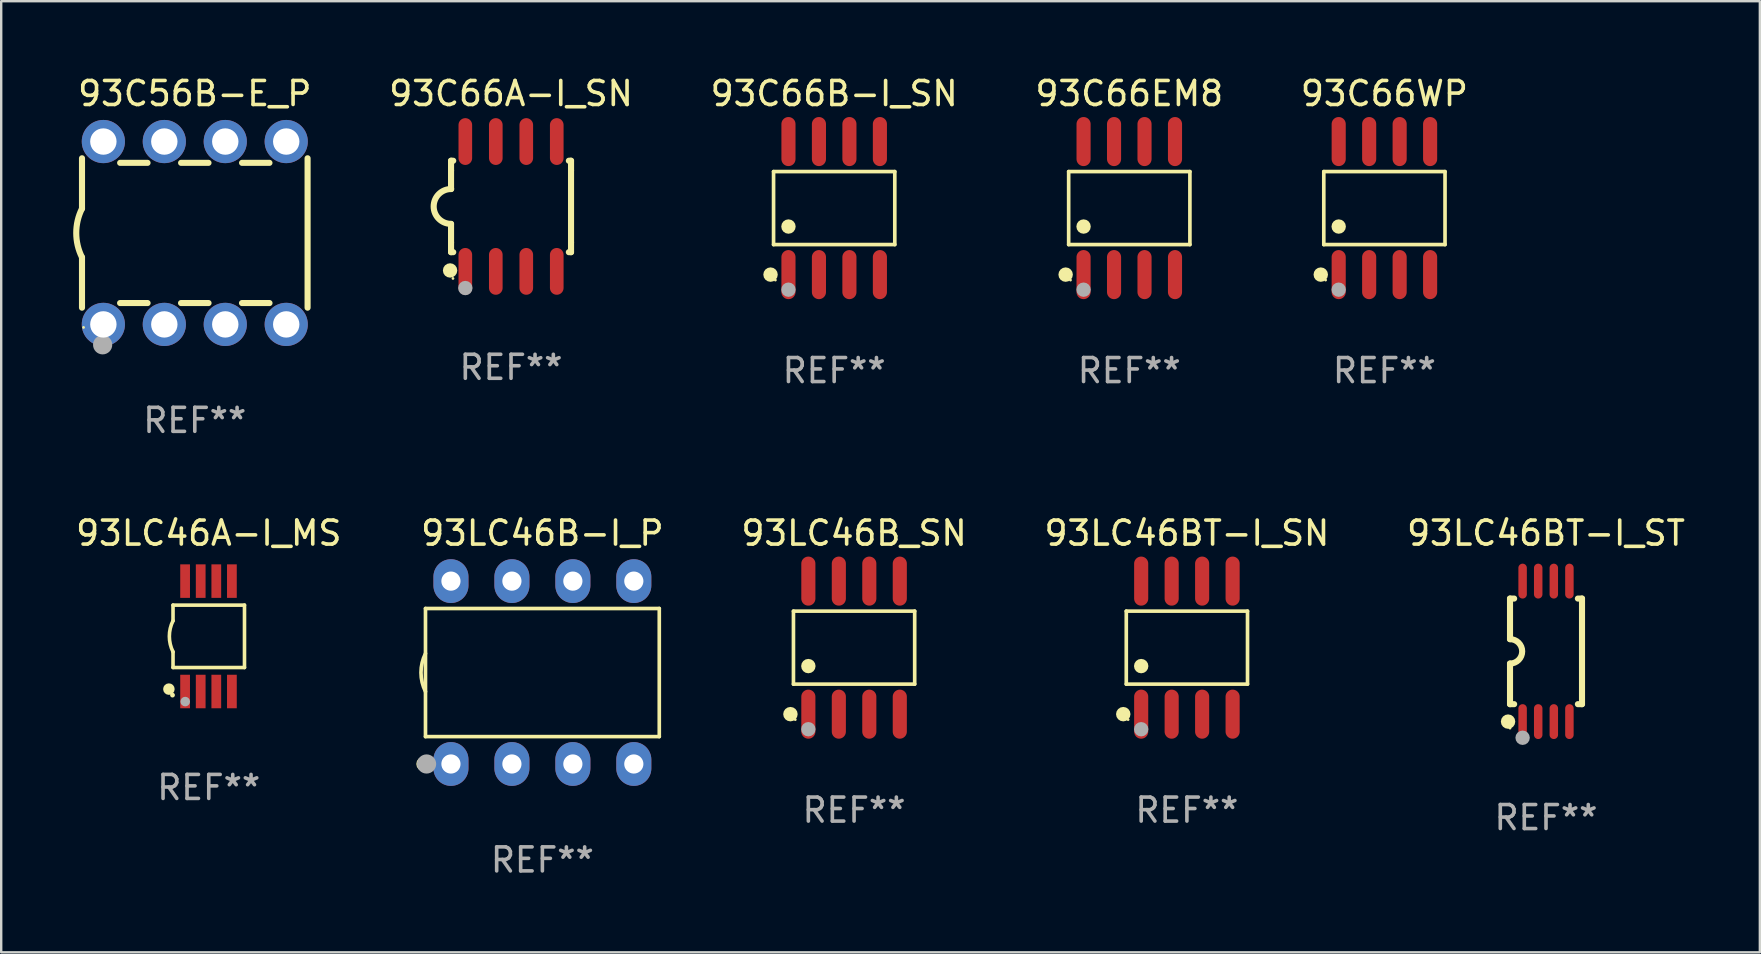
<source format=kicad_pcb>
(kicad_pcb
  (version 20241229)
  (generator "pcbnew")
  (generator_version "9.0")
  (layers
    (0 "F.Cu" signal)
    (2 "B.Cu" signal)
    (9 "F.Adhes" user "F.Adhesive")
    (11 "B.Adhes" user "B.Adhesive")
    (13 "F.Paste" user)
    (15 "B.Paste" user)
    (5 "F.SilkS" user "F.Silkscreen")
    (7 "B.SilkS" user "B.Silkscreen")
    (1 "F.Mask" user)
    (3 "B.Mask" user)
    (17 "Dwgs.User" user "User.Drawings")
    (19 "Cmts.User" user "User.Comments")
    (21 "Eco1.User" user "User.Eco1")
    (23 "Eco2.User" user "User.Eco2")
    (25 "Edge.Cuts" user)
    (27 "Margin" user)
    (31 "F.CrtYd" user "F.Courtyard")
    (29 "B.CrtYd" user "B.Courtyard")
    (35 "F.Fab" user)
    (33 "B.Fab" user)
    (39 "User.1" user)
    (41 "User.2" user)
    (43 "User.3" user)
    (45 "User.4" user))
  (footprint "93C66EM8"
    (layer "F.Cu")
    (at 44.007 5.621)
    (property "Reference" "93C66EM8" (at 0 -4.772 0) (layer "F.SilkS") (effects (font (size 1 1) (thickness 0.15))))
    (attr through_hole)
    (fp_line (start -2.526 -1.521) (end 2.526 -1.521) (stroke (width 0.152) (type solid)) (layer "F.SilkS"))
    (fp_line (start -2.526 1.521) (end -2.526 -1.521) (stroke (width 0.152) (type solid)) (layer "F.SilkS"))
    (fp_line (start 2.526 -1.521) (end 2.526 1.521) (stroke (width 0.152) (type solid)) (layer "F.SilkS"))
    (fp_line (start 2.526 1.521) (end -2.526 1.521) (stroke (width 0.152) (type solid)) (layer "F.SilkS"))
    (fp_circle (center -2.652 2.772) (end -2.501 2.772) (stroke (width 0.3) (type solid)) (fill no) (layer "F.SilkS"))
    (fp_circle (center -2.45 3) (end -2.42 3) (stroke (width 0.06) (type solid)) (fill no) (layer "F.SilkS"))
    (fp_circle (center -1.905 0.769) (end -1.755 0.769) (stroke (width 0.3) (type solid)) (fill no) (layer "F.SilkS"))
    (fp_circle (center -1.905 3.4) (end -1.755 3.4) (stroke (width 0.3) (type solid)) (fill no) (layer "F.Fab"))
    (fp_text user "REF**" (at 0 6.772 0) (layer "F.Fab") (effects (font (size 1 1) (thickness 0.15))))
    (pad "1" smd oval (at -1.905 2.772) (size 0.588 2.045) (layers "F.Cu" "F.Mask" "F.Paste"))
    (pad "2" smd oval (at -0.635 2.772) (size 0.588 2.045) (layers "F.Cu" "F.Mask" "F.Paste"))
    (pad "3" smd oval (at 0.635 2.772) (size 0.588 2.045) (layers "F.Cu" "F.Mask" "F.Paste"))
    (pad "4" smd oval (at 1.905 2.772) (size 0.588 2.045) (layers "F.Cu" "F.Mask" "F.Paste"))
    (pad "5" smd oval (at 1.905 -2.772) (size 0.588 2.045) (layers "F.Cu" "F.Mask" "F.Paste"))
    (pad "6" smd oval (at 0.635 -2.772) (size 0.588 2.045) (layers "F.Cu" "F.Mask" "F.Paste"))
    (pad "7" smd oval (at -0.635 -2.772) (size 0.588 2.045) (layers "F.Cu" "F.Mask" "F.Paste"))
    (pad "8" smd oval (at -1.905 -2.772) (size 0.588 2.045) (layers "F.Cu" "F.Mask" "F.Paste")))
  (footprint "93LC46B-I_P"
    (layer "F.Cu")
    (at 19.551 24.975)
    (property "Reference" "93LC46B-I_P" (at 0 -5.81 0) (layer "F.SilkS") (effects (font (size 1 1) (thickness 0.15))))
    (attr through_hole)
    (fp_line (start -4.871 -2.669) (end 4.871 -2.669) (stroke (width 0.152) (type solid)) (layer "F.SilkS"))
    (fp_line (start -4.871 2.669) (end -4.871 -2.669) (stroke (width 0.152) (type solid)) (layer "F.SilkS"))
    (fp_line (start 4.871 -2.669) (end 4.871 2.669) (stroke (width 0.152) (type solid)) (layer "F.SilkS"))
    (fp_line (start 4.871 2.669) (end -4.871 2.669) (stroke (width 0.152) (type solid)) (layer "F.SilkS"))
    (fp_arc (start -4.871222 0.793751) (mid -5.058601 0) (end -4.871222 -0.793752) (stroke (width 0.1524) (type solid)) (layer "F.SilkS"))
    (fp_circle (center -4.953 3.81) (end -4.803 3.81) (stroke (width 0.3) (type solid)) (fill no) (layer "F.SilkS"))
    (fp_circle (center -4.795 3.935) (end -4.765 3.935) (stroke (width 0.06) (type solid)) (fill no) (layer "F.SilkS"))
    (fp_circle (center -4.826 3.81) (end -4.626 3.81) (stroke (width 0.4) (type solid)) (fill no) (layer "F.Fab"))
    (fp_text user "REF**" (at 0 7.81 0) (layer "F.Fab") (effects (font (size 1 1) (thickness 0.15))))
    (pad "1" thru_hole oval (at -3.81 3.81) (size 1.46 1.825) (drill 0.8) (layers "*.Cu" "*.Mask"))
    (pad "2" thru_hole oval (at -1.27 3.81) (size 1.46 1.825) (drill 0.8) (layers "*.Cu" "*.Mask"))
    (pad "3" thru_hole oval (at 1.27 3.81) (size 1.46 1.825) (drill 0.8) (layers "*.Cu" "*.Mask"))
    (pad "4" thru_hole oval (at 3.81 3.81) (size 1.46 1.825) (drill 0.8) (layers "*.Cu" "*.Mask"))
    (pad "5" thru_hole oval (at 3.81 -3.81) (size 1.46 1.825) (drill 0.8) (layers "*.Cu" "*.Mask"))
    (pad "6" thru_hole oval (at 1.27 -3.81) (size 1.46 1.825) (drill 0.8) (layers "*.Cu" "*.Mask"))
    (pad "7" thru_hole oval (at -1.27 -3.81) (size 1.46 1.825) (drill 0.8) (layers "*.Cu" "*.Mask"))
    (pad "8" thru_hole oval (at -3.81 -3.81) (size 1.46 1.825) (drill 0.8) (layers "*.Cu" "*.Mask")))
  (footprint "93LC46BT-I_ST"
    (layer "F.Cu")
    (at 61.372 24.092)
    (property "Reference" "93LC46BT-I_ST" (at 0 -4.927 0) (layer "F.SilkS") (effects (font (size 1 1) (thickness 0.15))))
    (attr through_hole)
    (fp_line (start -1.5 -2.2) (end -1.5 -0.508) (stroke (width 0.254) (type solid)) (layer "F.SilkS"))
    (fp_line (start -1.5 -2.2) (end -1.328 -2.2) (stroke (width 0.254) (type solid)) (layer "F.SilkS"))
    (fp_line (start -1.5 2.2) (end -1.5 0.508) (stroke (width 0.254) (type solid)) (layer "F.SilkS"))
    (fp_line (start -1.5 2.2) (end -1.328 2.2) (stroke (width 0.254) (type solid)) (layer "F.SilkS"))
    (fp_line (start 1.328 -2.2) (end 1.5 -2.2) (stroke (width 0.254) (type solid)) (layer "F.SilkS"))
    (fp_line (start 1.328 2.2) (end 1.5 2.2) (stroke (width 0.254) (type solid)) (layer "F.SilkS"))
    (fp_line (start 1.5 -2.2) (end 1.5 2.2) (stroke (width 0.254) (type solid)) (layer "F.SilkS"))
    (fp_arc (start -1.501144 -0.508) (mid -0.993143 -0.000571) (end -1.5 0.508001) (stroke (width 0.254001) (type solid)) (layer "F.SilkS"))
    (fp_circle (center -1.581 2.927) (end -1.431 2.927) (stroke (width 0.3) (type solid)) (fill no) (layer "F.SilkS"))
    (fp_circle (center -1.5 3.2) (end -1.47 3.2) (stroke (width 0.06) (type solid)) (fill no) (layer "F.SilkS"))
    (fp_circle (center -0.975 3.6) (end -0.825 3.6) (stroke (width 0.3) (type solid)) (fill no) (layer "F.Fab"))
    (fp_text user "REF**" (at 0 6.927 0) (layer "F.Fab") (effects (font (size 1 1) (thickness 0.15))))
    (pad "1" smd oval (at -0.975 2.927) (size 0.353 1.454) (layers "F.Cu" "F.Mask" "F.Paste"))
    (pad "2" smd oval (at -0.325 2.927) (size 0.353 1.454) (layers "F.Cu" "F.Mask" "F.Paste"))
    (pad "3" smd oval (at 0.325 2.927) (size 0.353 1.454) (layers "F.Cu" "F.Mask" "F.Paste"))
    (pad "4" smd oval (at 0.975 2.927) (size 0.353 1.454) (layers "F.Cu" "F.Mask" "F.Paste"))
    (pad "5" smd oval (at 0.975 -2.927) (size 0.353 1.454) (layers "F.Cu" "F.Mask" "F.Paste"))
    (pad "6" smd oval (at 0.325 -2.927) (size 0.353 1.454) (layers "F.Cu" "F.Mask" "F.Paste"))
    (pad "7" smd oval (at -0.325 -2.927) (size 0.353 1.454) (layers "F.Cu" "F.Mask" "F.Paste"))
    (pad "8" smd oval (at -0.975 -2.927) (size 0.353 1.454) (layers "F.Cu" "F.Mask" "F.Paste")))
  (footprint "93C66WP"
    (layer "F.Cu")
    (at 54.638 5.621)
    (property "Reference" "93C66WP" (at 0 -4.772 0) (layer "F.SilkS") (effects (font (size 1 1) (thickness 0.15))))
    (attr through_hole)
    (fp_line (start -2.526 -1.521) (end 2.526 -1.521) (stroke (width 0.152) (type solid)) (layer "F.SilkS"))
    (fp_line (start -2.526 1.521) (end -2.526 -1.521) (stroke (width 0.152) (type solid)) (layer "F.SilkS"))
    (fp_line (start 2.526 -1.521) (end 2.526 1.521) (stroke (width 0.152) (type solid)) (layer "F.SilkS"))
    (fp_line (start 2.526 1.521) (end -2.526 1.521) (stroke (width 0.152) (type solid)) (layer "F.SilkS"))
    (fp_circle (center -2.652 2.772) (end -2.501 2.772) (stroke (width 0.3) (type solid)) (fill no) (layer "F.SilkS"))
    (fp_circle (center -2.45 3) (end -2.42 3) (stroke (width 0.06) (type solid)) (fill no) (layer "F.SilkS"))
    (fp_circle (center -1.905 0.769) (end -1.755 0.769) (stroke (width 0.3) (type solid)) (fill no) (layer "F.SilkS"))
    (fp_circle (center -1.905 3.4) (end -1.755 3.4) (stroke (width 0.3) (type solid)) (fill no) (layer "F.Fab"))
    (fp_text user "REF**" (at 0 6.772 0) (layer "F.Fab") (effects (font (size 1 1) (thickness 0.15))))
    (pad "1" smd oval (at -1.905 2.772) (size 0.588 2.045) (layers "F.Cu" "F.Mask" "F.Paste"))
    (pad "2" smd oval (at -0.635 2.772) (size 0.588 2.045) (layers "F.Cu" "F.Mask" "F.Paste"))
    (pad "3" smd oval (at 0.635 2.772) (size 0.588 2.045) (layers "F.Cu" "F.Mask" "F.Paste"))
    (pad "4" smd oval (at 1.905 2.772) (size 0.588 2.045) (layers "F.Cu" "F.Mask" "F.Paste"))
    (pad "5" smd oval (at 1.905 -2.772) (size 0.588 2.045) (layers "F.Cu" "F.Mask" "F.Paste"))
    (pad "6" smd oval (at 0.635 -2.772) (size 0.588 2.045) (layers "F.Cu" "F.Mask" "F.Paste"))
    (pad "7" smd oval (at -0.635 -2.772) (size 0.588 2.045) (layers "F.Cu" "F.Mask" "F.Paste"))
    (pad "8" smd oval (at -1.905 -2.772) (size 0.588 2.045) (layers "F.Cu" "F.Mask" "F.Paste")))
  (footprint "93C66A-I_SN"
    (layer "F.Cu")
    (at 18.245 5.553)
    (property "Reference" "93C66A-I_SN" (at 0 -4.705 0) (layer "F.SilkS") (effects (font (size 1 1) (thickness 0.15))))
    (attr through_hole)
    (fp_line (start -2.5 -1.905) (end -2.409 -1.905) (stroke (width 0.254) (type solid)) (layer "F.SilkS"))
    (fp_line (start -2.5 -1.5) (end -2.5 -1.905) (stroke (width 0.254) (type solid)) (layer "F.SilkS"))
    (fp_line (start -2.5 -1.5) (end -2.5 -0.726) (stroke (width 0.254) (type solid)) (layer "F.SilkS"))
    (fp_line (start -2.5 1.5) (end -2.5 0.727) (stroke (width 0.254) (type solid)) (layer "F.SilkS"))
    (fp_line (start -2.5 1.5) (end -2.5 1.905) (stroke (width 0.254) (type solid)) (layer "F.SilkS"))
    (fp_line (start -2.5 1.905) (end -2.409 1.905) (stroke (width 0.254) (type solid)) (layer "F.SilkS"))
    (fp_line (start 2.5 -1.905) (end 2.409 -1.905) (stroke (width 0.254) (type solid)) (layer "F.SilkS"))
    (fp_line (start 2.5 -1.5) (end 2.5 -1.905) (stroke (width 0.254) (type solid)) (layer "F.SilkS"))
    (fp_line (start 2.5 -1.5) (end 2.5 1.5) (stroke (width 0.254) (type solid)) (layer "F.SilkS"))
    (fp_line (start 2.5 1.5) (end 2.5 1.905) (stroke (width 0.254) (type solid)) (layer "F.SilkS"))
    (fp_line (start 2.5 1.905) (end 2.409 1.905) (stroke (width 0.254) (type solid)) (layer "F.SilkS"))
    (fp_arc (start -2.5 0.726568) (mid -3.220316 -0.0023) (end -2.495097 -0.726289) (stroke (width 0.254001) (type solid)) (layer "F.SilkS"))
    (fp_circle (center -2.54 2.667) (end -2.39 2.667) (stroke (width 0.3) (type solid)) (fill no) (layer "F.SilkS"))
    (fp_circle (center -2.42 3) (end -2.39 3) (stroke (width 0.06) (type solid)) (fill no) (layer "F.SilkS"))
    (fp_circle (center -1.905 3.4) (end -1.755 3.4) (stroke (width 0.3) (type solid)) (fill no) (layer "F.Fab"))
    (fp_text user "REF**" (at 0 6.705 0) (layer "F.Fab") (effects (font (size 1 1) (thickness 0.15))))
    (pad "1" smd oval (at -1.905 2.705) (size 0.568 1.95) (layers "F.Cu" "F.Mask" "F.Paste"))
    (pad "2" smd oval (at -0.635 2.705) (size 0.568 1.95) (layers "F.Cu" "F.Mask" "F.Paste"))
    (pad "3" smd oval (at 0.635 2.705) (size 0.568 1.95) (layers "F.Cu" "F.Mask" "F.Paste"))
    (pad "4" smd oval (at 1.905 2.705) (size 0.568 1.95) (layers "F.Cu" "F.Mask" "F.Paste"))
    (pad "5" smd oval (at 1.905 -2.705) (size 0.568 1.95) (layers "F.Cu" "F.Mask" "F.Paste"))
    (pad "6" smd oval (at 0.635 -2.705) (size 0.568 1.95) (layers "F.Cu" "F.Mask" "F.Paste"))
    (pad "7" smd oval (at -0.635 -2.705) (size 0.568 1.95) (layers "F.Cu" "F.Mask" "F.Paste"))
    (pad "8" smd oval (at -1.905 -2.705) (size 0.568 1.95) (layers "F.Cu" "F.Mask" "F.Paste")))
  (footprint "93C66B-I_SN"
    (layer "F.Cu")
    (at 31.71 5.621)
    (property "Reference" "93C66B-I_SN" (at 0 -4.772 0) (layer "F.SilkS") (effects (font (size 1 1) (thickness 0.15))))
    (attr through_hole)
    (fp_line (start -2.526 -1.521) (end 2.526 -1.521) (stroke (width 0.152) (type solid)) (layer "F.SilkS"))
    (fp_line (start -2.526 1.521) (end -2.526 -1.521) (stroke (width 0.152) (type solid)) (layer "F.SilkS"))
    (fp_line (start 2.526 -1.521) (end 2.526 1.521) (stroke (width 0.152) (type solid)) (layer "F.SilkS"))
    (fp_line (start 2.526 1.521) (end -2.526 1.521) (stroke (width 0.152) (type solid)) (layer "F.SilkS"))
    (fp_circle (center -2.652 2.772) (end -2.501 2.772) (stroke (width 0.3) (type solid)) (fill no) (layer "F.SilkS"))
    (fp_circle (center -2.45 3) (end -2.42 3) (stroke (width 0.06) (type solid)) (fill no) (layer "F.SilkS"))
    (fp_circle (center -1.905 0.769) (end -1.755 0.769) (stroke (width 0.3) (type solid)) (fill no) (layer "F.SilkS"))
    (fp_circle (center -1.905 3.4) (end -1.755 3.4) (stroke (width 0.3) (type solid)) (fill no) (layer "F.Fab"))
    (fp_text user "REF**" (at 0 6.772 0) (layer "F.Fab") (effects (font (size 1 1) (thickness 0.15))))
    (pad "1" smd oval (at -1.905 2.772) (size 0.588 2.045) (layers "F.Cu" "F.Mask" "F.Paste"))
    (pad "2" smd oval (at -0.635 2.772) (size 0.588 2.045) (layers "F.Cu" "F.Mask" "F.Paste"))
    (pad "3" smd oval (at 0.635 2.772) (size 0.588 2.045) (layers "F.Cu" "F.Mask" "F.Paste"))
    (pad "4" smd oval (at 1.905 2.772) (size 0.588 2.045) (layers "F.Cu" "F.Mask" "F.Paste"))
    (pad "5" smd oval (at 1.905 -2.772) (size 0.588 2.045) (layers "F.Cu" "F.Mask" "F.Paste"))
    (pad "6" smd oval (at 0.635 -2.772) (size 0.588 2.045) (layers "F.Cu" "F.Mask" "F.Paste"))
    (pad "7" smd oval (at -0.635 -2.772) (size 0.588 2.045) (layers "F.Cu" "F.Mask" "F.Paste"))
    (pad "8" smd oval (at -1.905 -2.772) (size 0.588 2.045) (layers "F.Cu" "F.Mask" "F.Paste")))
  (footprint "93C56B-E_P"
    (layer "F.Cu")
    (at 5.067 6.658)
    (property "Reference" "93C56B-E_P" (at 0 -5.81 0) (layer "F.SilkS") (effects (font (size 1 1) (thickness 0.15))))
    (attr through_hole)
    (fp_line (start -4.7 -1.017) (end -4.7 -3.113) (stroke (width 0.254) (type solid)) (layer "F.SilkS"))
    (fp_line (start -4.7 1.015) (end -4.7 3.113) (stroke (width 0.254) (type solid)) (layer "F.SilkS"))
    (fp_line (start -3.113 2.92) (end -1.967 2.92) (stroke (width 0.254) (type solid)) (layer "F.SilkS"))
    (fp_line (start -3.111 -2.922) (end -1.969 -2.922) (stroke (width 0.254) (type solid)) (layer "F.SilkS"))
    (fp_line (start -0.573 2.92) (end 0.573 2.92) (stroke (width 0.254) (type solid)) (layer "F.SilkS"))
    (fp_line (start -0.571 -2.922) (end 0.571 -2.922) (stroke (width 0.254) (type solid)) (layer "F.SilkS"))
    (fp_line (start 1.967 2.92) (end 3.113 2.92) (stroke (width 0.254) (type solid)) (layer "F.SilkS"))
    (fp_line (start 1.969 -2.922) (end 3.111 -2.922) (stroke (width 0.254) (type solid)) (layer "F.SilkS"))
    (fp_line (start 4.7 -3.113) (end 4.7 3.113) (stroke (width 0.254) (type solid)) (layer "F.SilkS"))
    (fp_arc (start -4.7 1.01524) (mid -4.939846 -0.000762) (end -4.7 -1.016764) (stroke (width 0.254001) (type solid)) (layer "F.SilkS"))
    (fp_circle (center -4.636 3.935) (end -4.606 3.935) (stroke (width 0.06) (type solid)) (fill no) (layer "F.SilkS"))
    (fp_circle (center -3.84 4.66) (end -3.64 4.66) (stroke (width 0.4) (type solid)) (fill no) (layer "F.Fab"))
    (fp_text user "REF**" (at 0 7.81 0) (layer "F.Fab") (effects (font (size 1 1) (thickness 0.15))))
    (pad "1" thru_hole circle (at -3.81 3.81) (size 1.8 1.8) (drill 1.1) (layers "*.Cu" "*.Mask"))
    (pad "2" thru_hole circle (at -1.27 3.81) (size 1.8 1.8) (drill 1.1) (layers "*.Cu" "*.Mask"))
    (pad "3" thru_hole circle (at 1.27 3.81) (size 1.8 1.8) (drill 1.1) (layers "*.Cu" "*.Mask"))
    (pad "4" thru_hole circle (at 3.81 3.81) (size 1.8 1.8) (drill 1.1) (layers "*.Cu" "*.Mask"))
    (pad "5" thru_hole circle (at 3.81 -3.81) (size 1.8 1.8) (drill 1.1) (layers "*.Cu" "*.Mask"))
    (pad "6" thru_hole circle (at 1.27 -3.81) (size 1.8 1.8) (drill 1.1) (layers "*.Cu" "*.Mask"))
    (pad "7" thru_hole circle (at -1.27 -3.81) (size 1.8 1.8) (drill 1.1) (layers "*.Cu" "*.Mask"))
    (pad "8" thru_hole circle (at -3.81 -3.81) (size 1.8 1.8) (drill 1.1) (layers "*.Cu" "*.Mask")))
  (footprint "93LC46B_SN"
    (layer "F.Cu")
    (at 32.539 23.937)
    (property "Reference" "93LC46B_SN" (at 0 -4.772 0) (layer "F.SilkS") (effects (font (size 1 1) (thickness 0.15))))
    (attr through_hole)
    (fp_line (start -2.526 -1.521) (end 2.526 -1.521) (stroke (width 0.152) (type solid)) (layer "F.SilkS"))
    (fp_line (start -2.526 1.521) (end -2.526 -1.521) (stroke (width 0.152) (type solid)) (layer "F.SilkS"))
    (fp_line (start 2.526 -1.521) (end 2.526 1.521) (stroke (width 0.152) (type solid)) (layer "F.SilkS"))
    (fp_line (start 2.526 1.521) (end -2.526 1.521) (stroke (width 0.152) (type solid)) (layer "F.SilkS"))
    (fp_circle (center -2.652 2.772) (end -2.501 2.772) (stroke (width 0.3) (type solid)) (fill no) (layer "F.SilkS"))
    (fp_circle (center -2.45 3) (end -2.42 3) (stroke (width 0.06) (type solid)) (fill no) (layer "F.SilkS"))
    (fp_circle (center -1.905 0.769) (end -1.755 0.769) (stroke (width 0.3) (type solid)) (fill no) (layer "F.SilkS"))
    (fp_circle (center -1.905 3.4) (end -1.755 3.4) (stroke (width 0.3) (type solid)) (fill no) (layer "F.Fab"))
    (fp_text user "REF**" (at 0 6.772 0) (layer "F.Fab") (effects (font (size 1 1) (thickness 0.15))))
    (pad "1" smd oval (at -1.905 2.772) (size 0.588 2.045) (layers "F.Cu" "F.Mask" "F.Paste"))
    (pad "2" smd oval (at -0.635 2.772) (size 0.588 2.045) (layers "F.Cu" "F.Mask" "F.Paste"))
    (pad "3" smd oval (at 0.635 2.772) (size 0.588 2.045) (layers "F.Cu" "F.Mask" "F.Paste"))
    (pad "4" smd oval (at 1.905 2.772) (size 0.588 2.045) (layers "F.Cu" "F.Mask" "F.Paste"))
    (pad "5" smd oval (at 1.905 -2.772) (size 0.588 2.045) (layers "F.Cu" "F.Mask" "F.Paste"))
    (pad "6" smd oval (at 0.635 -2.772) (size 0.588 2.045) (layers "F.Cu" "F.Mask" "F.Paste"))
    (pad "7" smd oval (at -0.635 -2.772) (size 0.588 2.045) (layers "F.Cu" "F.Mask" "F.Paste"))
    (pad "8" smd oval (at -1.905 -2.772) (size 0.588 2.045) (layers "F.Cu" "F.Mask" "F.Paste")))
  (footprint "93LC46BT-I_SN"
    (layer "F.Cu")
    (at 46.408 23.937)
    (property "Reference" "93LC46BT-I_SN" (at 0 -4.772 0) (layer "F.SilkS") (effects (font (size 1 1) (thickness 0.15))))
    (attr through_hole)
    (fp_line (start -2.526 -1.521) (end 2.526 -1.521) (stroke (width 0.152) (type solid)) (layer "F.SilkS"))
    (fp_line (start -2.526 1.521) (end -2.526 -1.521) (stroke (width 0.152) (type solid)) (layer "F.SilkS"))
    (fp_line (start 2.526 -1.521) (end 2.526 1.521) (stroke (width 0.152) (type solid)) (layer "F.SilkS"))
    (fp_line (start 2.526 1.521) (end -2.526 1.521) (stroke (width 0.152) (type solid)) (layer "F.SilkS"))
    (fp_circle (center -2.652 2.772) (end -2.501 2.772) (stroke (width 0.3) (type solid)) (fill no) (layer "F.SilkS"))
    (fp_circle (center -2.45 3) (end -2.42 3) (stroke (width 0.06) (type solid)) (fill no) (layer "F.SilkS"))
    (fp_circle (center -1.905 0.769) (end -1.755 0.769) (stroke (width 0.3) (type solid)) (fill no) (layer "F.SilkS"))
    (fp_circle (center -1.905 3.4) (end -1.755 3.4) (stroke (width 0.3) (type solid)) (fill no) (layer "F.Fab"))
    (fp_text user "REF**" (at 0 6.772 0) (layer "F.Fab") (effects (font (size 1 1) (thickness 0.15))))
    (pad "1" smd oval (at -1.905 2.772) (size 0.588 2.045) (layers "F.Cu" "F.Mask" "F.Paste"))
    (pad "2" smd oval (at -0.635 2.772) (size 0.588 2.045) (layers "F.Cu" "F.Mask" "F.Paste"))
    (pad "3" smd oval (at 0.635 2.772) (size 0.588 2.045) (layers "F.Cu" "F.Mask" "F.Paste"))
    (pad "4" smd oval (at 1.905 2.772) (size 0.588 2.045) (layers "F.Cu" "F.Mask" "F.Paste"))
    (pad "5" smd oval (at 1.905 -2.772) (size 0.588 2.045) (layers "F.Cu" "F.Mask" "F.Paste"))
    (pad "6" smd oval (at 0.635 -2.772) (size 0.588 2.045) (layers "F.Cu" "F.Mask" "F.Paste"))
    (pad "7" smd oval (at -0.635 -2.772) (size 0.588 2.045) (layers "F.Cu" "F.Mask" "F.Paste"))
    (pad "8" smd oval (at -1.905 -2.772) (size 0.588 2.045) (layers "F.Cu" "F.Mask" "F.Paste")))
  (footprint "93LC46A-I_MS"
    (layer "F.Cu")
    (at 5.649 23.465)
    (property "Reference" "93LC46A-I_MS" (at 0 -4.3 0) (layer "F.SilkS") (effects (font (size 1 1) (thickness 0.15))))
    (attr through_hole)
    (fp_line (start -1.489 -1.3) (end -1.489 -0.648) (stroke (width 0.15) (type solid)) (layer "F.SilkS"))
    (fp_line (start -1.489 0.648) (end -1.489 1.3) (stroke (width 0.15) (type solid)) (layer "F.SilkS"))
    (fp_line (start -1.489 1.3) (end 1.489 1.3) (stroke (width 0.15) (type solid)) (layer "F.SilkS"))
    (fp_line (start 1.489 -1.3) (end -1.489 -1.3) (stroke (width 0.15) (type solid)) (layer "F.SilkS"))
    (fp_line (start 1.489 1.3) (end 1.489 -1.3) (stroke (width 0.15) (type solid)) (layer "F.SilkS"))
    (fp_arc (start -1.489205 0.647702) (mid -1.642107 0) (end -1.489205 -0.647701) (stroke (width 0.150013) (type solid)) (layer "F.SilkS"))
    (fp_circle (center -1.661 2.2) (end -1.541 2.2) (stroke (width 0.24) (type solid)) (fill no) (layer "F.SilkS"))
    (fp_circle (center -1.511 2.45) (end -1.461 2.45) (stroke (width 0.1) (type solid)) (fill no) (layer "F.SilkS"))
    (fp_circle (center -0.981 2.72) (end -0.881 2.72) (stroke (width 0.2) (type solid)) (fill no) (layer "F.Fab"))
    (fp_text user "REF**" (at 0 6.3 0) (layer "F.Fab") (effects (font (size 1 1) (thickness 0.15))))
    (pad "1" smd rect (at -0.986 2.3) (size 0.406 1.397) (layers "F.Cu" "F.Mask" "F.Paste"))
    (pad "2" smd rect (at -0.336 2.3) (size 0.406 1.397) (layers "F.Cu" "F.Mask" "F.Paste"))
    (pad "3" smd rect (at 0.314 2.3) (size 0.406 1.397) (layers "F.Cu" "F.Mask" "F.Paste"))
    (pad "4" smd rect (at 0.964 2.3) (size 0.406 1.397) (layers "F.Cu" "F.Mask" "F.Paste"))
    (pad "5" smd rect (at 0.964 -2.3) (size 0.406 1.397) (layers "F.Cu" "F.Mask" "F.Paste"))
    (pad "6" smd rect (at 0.314 -2.3) (size 0.406 1.397) (layers "F.Cu" "F.Mask" "F.Paste"))
    (pad "7" smd rect (at -0.336 -2.3) (size 0.406 1.397) (layers "F.Cu" "F.Mask" "F.Paste"))
    (pad "8" smd rect (at -0.986 -2.3) (size 0.406 1.397) (layers "F.Cu" "F.Mask" "F.Paste")))
  (gr_rect
    (start -3 -3)
    (end 70.283 36.633)
    (stroke (width 0.1) (type default))
    (fill no)
    (layer "Edge.Cuts")))
</source>
